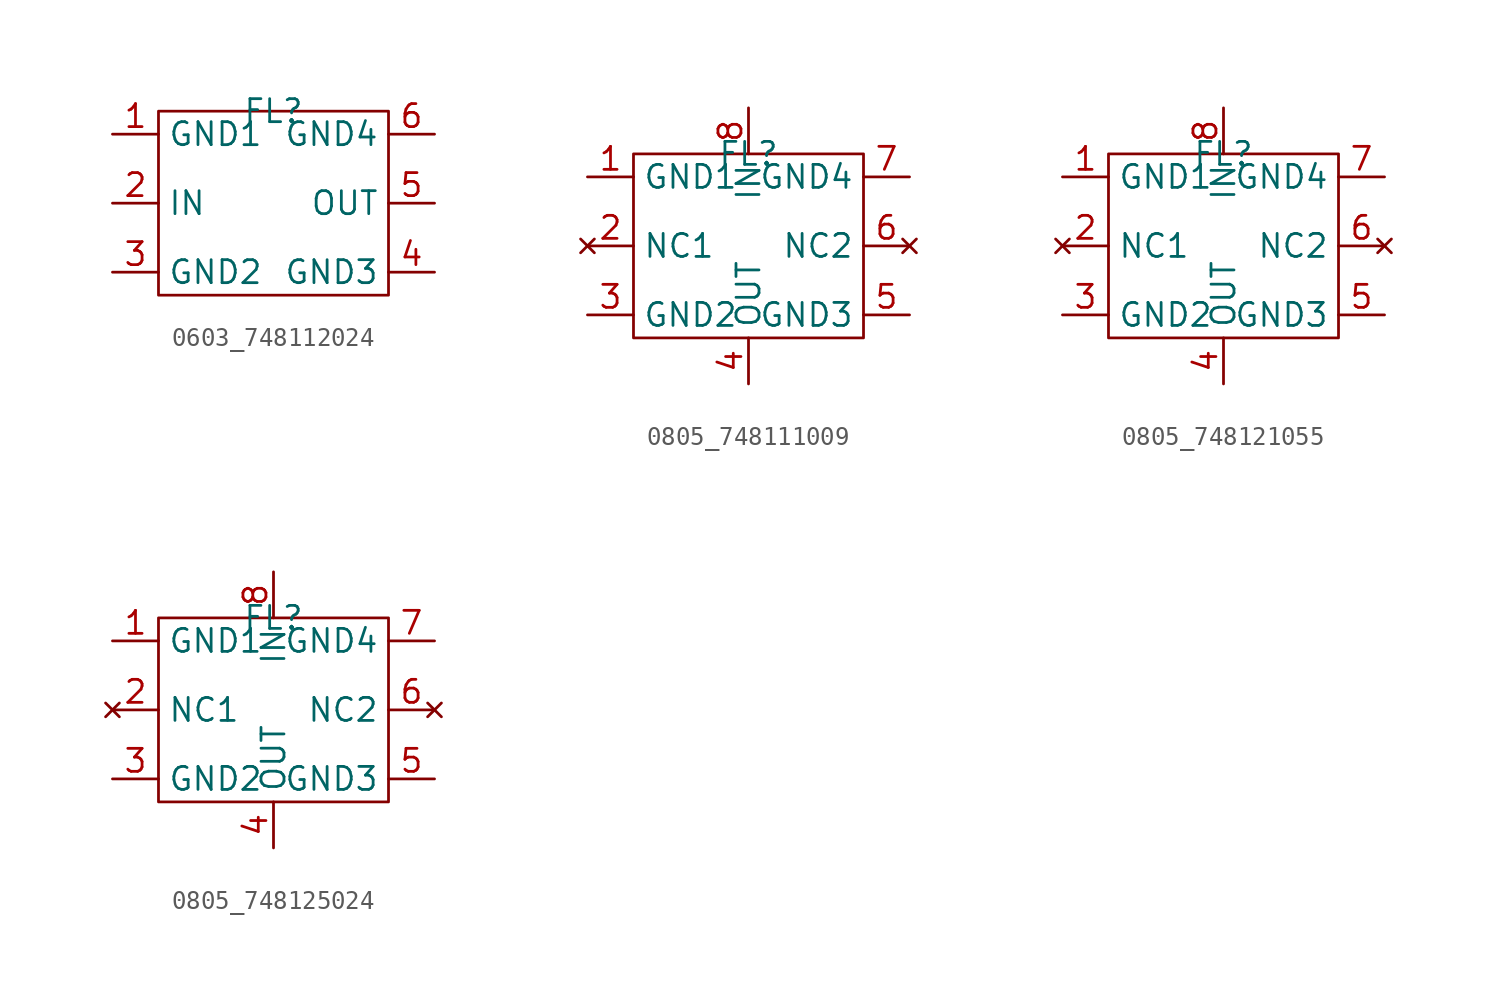
<source format=kicad_sym>
(kicad_symbol_lib
  (version 20220914)
  (generator kicad_symbol_editor)
  (symbol "0603_748112024"
    (property "Reference" "FL"
      (at 0 5.08 0)
      (effects (font (size 1.27 1.27))))
    (property "Critical Parameter" ""
      (at 0 -5.08 0)
      (effects (font (size 1.27 1.27)) (justify left)))
    (symbol "0603_748112024_0_1"
      (rectangle (start -6.35 5.08) (end 6.35 -5.08) (stroke (width 0) (type default)) (fill (type none))))
    (symbol "0603_748112024_1_1"
      (pin passive line (at -8.89 3.81 0) (length 2.54) (name "GND1" (effects (font (size 1.27 1.27)))) (number "1" (effects (font (size 1.27 1.27)))))
      (pin passive line (at -8.89 0 0) (length 2.54) (name "IN" (effects (font (size 1.27 1.27)))) (number "2" (effects (font (size 1.27 1.27)))))
      (pin passive line (at -8.89 -3.81 0) (length 2.54) (name "GND2" (effects (font (size 1.27 1.27)))) (number "3" (effects (font (size 1.27 1.27)))))
      (pin passive line (at 8.89 -3.81 180) (length 2.54) (name "GND3" (effects (font (size 1.27 1.27)))) (number "4" (effects (font (size 1.27 1.27)))))
      (pin passive line (at 8.89 0 180) (length 2.54) (name "OUT" (effects (font (size 1.27 1.27)))) (number "5" (effects (font (size 1.27 1.27)))))
      (pin passive line (at 8.89 3.81 180) (length 2.54) (name "GND4" (effects (font (size 1.27 1.27)))) (number "6" (effects (font (size 1.27 1.27)))))))
  (symbol "0805_748111009"
    (property "Reference" "FL"
      (at 0 5.08 0)
      (effects (font (size 1.27 1.27))))
    (property "Critical Parameter" ""
      (at 0 -5.08 0)
      (effects (font (size 1.27 1.27)) (justify left)))
    (symbol "0805_748111009_0_1"
      (rectangle (start -6.35 5.08) (end 6.35 -5.08) (stroke (width 0) (type default)) (fill (type none))))
    (symbol "0805_748111009_1_1"
      (pin passive line (at -8.89 3.81 0) (length 2.54) (name "GND1" (effects (font (size 1.27 1.27)))) (number "1" (effects (font (size 1.27 1.27)))))
      (pin no_connect line (at -8.89 0 0) (length 2.54) (name "NC1" (effects (font (size 1.27 1.27)))) (number "2" (effects (font (size 1.27 1.27)))))
      (pin passive line (at -8.89 -3.81 0) (length 2.54) (name "GND2" (effects (font (size 1.27 1.27)))) (number "3" (effects (font (size 1.27 1.27)))))
      (pin passive line (at 0 -7.62 90) (length 2.54) (name "OUT" (effects (font (size 1.27 1.27)))) (number "4" (effects (font (size 1.27 1.27)))))
      (pin passive line (at 8.89 -3.81 180) (length 2.54) (name "GND3" (effects (font (size 1.27 1.27)))) (number "5" (effects (font (size 1.27 1.27)))))
      (pin no_connect line (at 8.89 0 180) (length 2.54) (name "NC2" (effects (font (size 1.27 1.27)))) (number "6" (effects (font (size 1.27 1.27)))))
      (pin passive line (at 8.89 3.81 180) (length 2.54) (name "GND4" (effects (font (size 1.27 1.27)))) (number "7" (effects (font (size 1.27 1.27)))))
      (pin passive line (at 0 7.62 270) (length 2.54) (name "IN" (effects (font (size 1.27 1.27)))) (number "8" (effects (font (size 1.27 1.27)))))))
  (symbol "0805_748121055"
    (property "Reference" "FL"
      (at 0 5.08 0)
      (effects (font (size 1.27 1.27))))
    (property "Critical Parameter" ""
      (at 0 -5.08 0)
      (effects (font (size 1.27 1.27)) (justify left)))
    (symbol "0805_748121055_0_1"
      (rectangle (start -6.35 5.08) (end 6.35 -5.08) (stroke (width 0) (type default)) (fill (type none))))
    (symbol "0805_748121055_1_1"
      (pin passive line (at -8.89 3.81 0) (length 2.54) (name "GND1" (effects (font (size 1.27 1.27)))) (number "1" (effects (font (size 1.27 1.27)))))
      (pin no_connect line (at -8.89 0 0) (length 2.54) (name "NC1" (effects (font (size 1.27 1.27)))) (number "2" (effects (font (size 1.27 1.27)))))
      (pin passive line (at -8.89 -3.81 0) (length 2.54) (name "GND2" (effects (font (size 1.27 1.27)))) (number "3" (effects (font (size 1.27 1.27)))))
      (pin passive line (at 0 -7.62 90) (length 2.54) (name "OUT" (effects (font (size 1.27 1.27)))) (number "4" (effects (font (size 1.27 1.27)))))
      (pin passive line (at 8.89 -3.81 180) (length 2.54) (name "GND3" (effects (font (size 1.27 1.27)))) (number "5" (effects (font (size 1.27 1.27)))))
      (pin no_connect line (at 8.89 0 180) (length 2.54) (name "NC2" (effects (font (size 1.27 1.27)))) (number "6" (effects (font (size 1.27 1.27)))))
      (pin passive line (at 8.89 3.81 180) (length 2.54) (name "GND4" (effects (font (size 1.27 1.27)))) (number "7" (effects (font (size 1.27 1.27)))))
      (pin passive line (at 0 7.62 270) (length 2.54) (name "IN" (effects (font (size 1.27 1.27)))) (number "8" (effects (font (size 1.27 1.27)))))))
  (symbol "0805_748125024"
    (property "Reference" "FL"
      (at 0 5.08 0)
      (effects (font (size 1.27 1.27))))
    (property "Critical Parameter" ""
      (at 0 -5.08 0)
      (effects (font (size 1.27 1.27)) (justify left)))
    (symbol "0805_748125024_0_1"
      (rectangle (start -6.35 5.08) (end 6.35 -5.08) (stroke (width 0) (type default)) (fill (type none))))
    (symbol "0805_748125024_1_1"
      (pin passive line (at -8.89 3.81 0) (length 2.54) (name "GND1" (effects (font (size 1.27 1.27)))) (number "1" (effects (font (size 1.27 1.27)))))
      (pin no_connect line (at -8.89 0 0) (length 2.54) (name "NC1" (effects (font (size 1.27 1.27)))) (number "2" (effects (font (size 1.27 1.27)))))
      (pin passive line (at -8.89 -3.81 0) (length 2.54) (name "GND2" (effects (font (size 1.27 1.27)))) (number "3" (effects (font (size 1.27 1.27)))))
      (pin passive line (at 0 -7.62 90) (length 2.54) (name "OUT" (effects (font (size 1.27 1.27)))) (number "4" (effects (font (size 1.27 1.27)))))
      (pin passive line (at 8.89 -3.81 180) (length 2.54) (name "GND3" (effects (font (size 1.27 1.27)))) (number "5" (effects (font (size 1.27 1.27)))))
      (pin no_connect line (at 8.89 0 180) (length 2.54) (name "NC2" (effects (font (size 1.27 1.27)))) (number "6" (effects (font (size 1.27 1.27)))))
      (pin passive line (at 8.89 3.81 180) (length 2.54) (name "GND4" (effects (font (size 1.27 1.27)))) (number "7" (effects (font (size 1.27 1.27)))))
      (pin passive line (at 0 7.62 270) (length 2.54) (name "IN" (effects (font (size 1.27 1.27)))) (number "8" (effects (font (size 1.27 1.27))))))))
</source>
